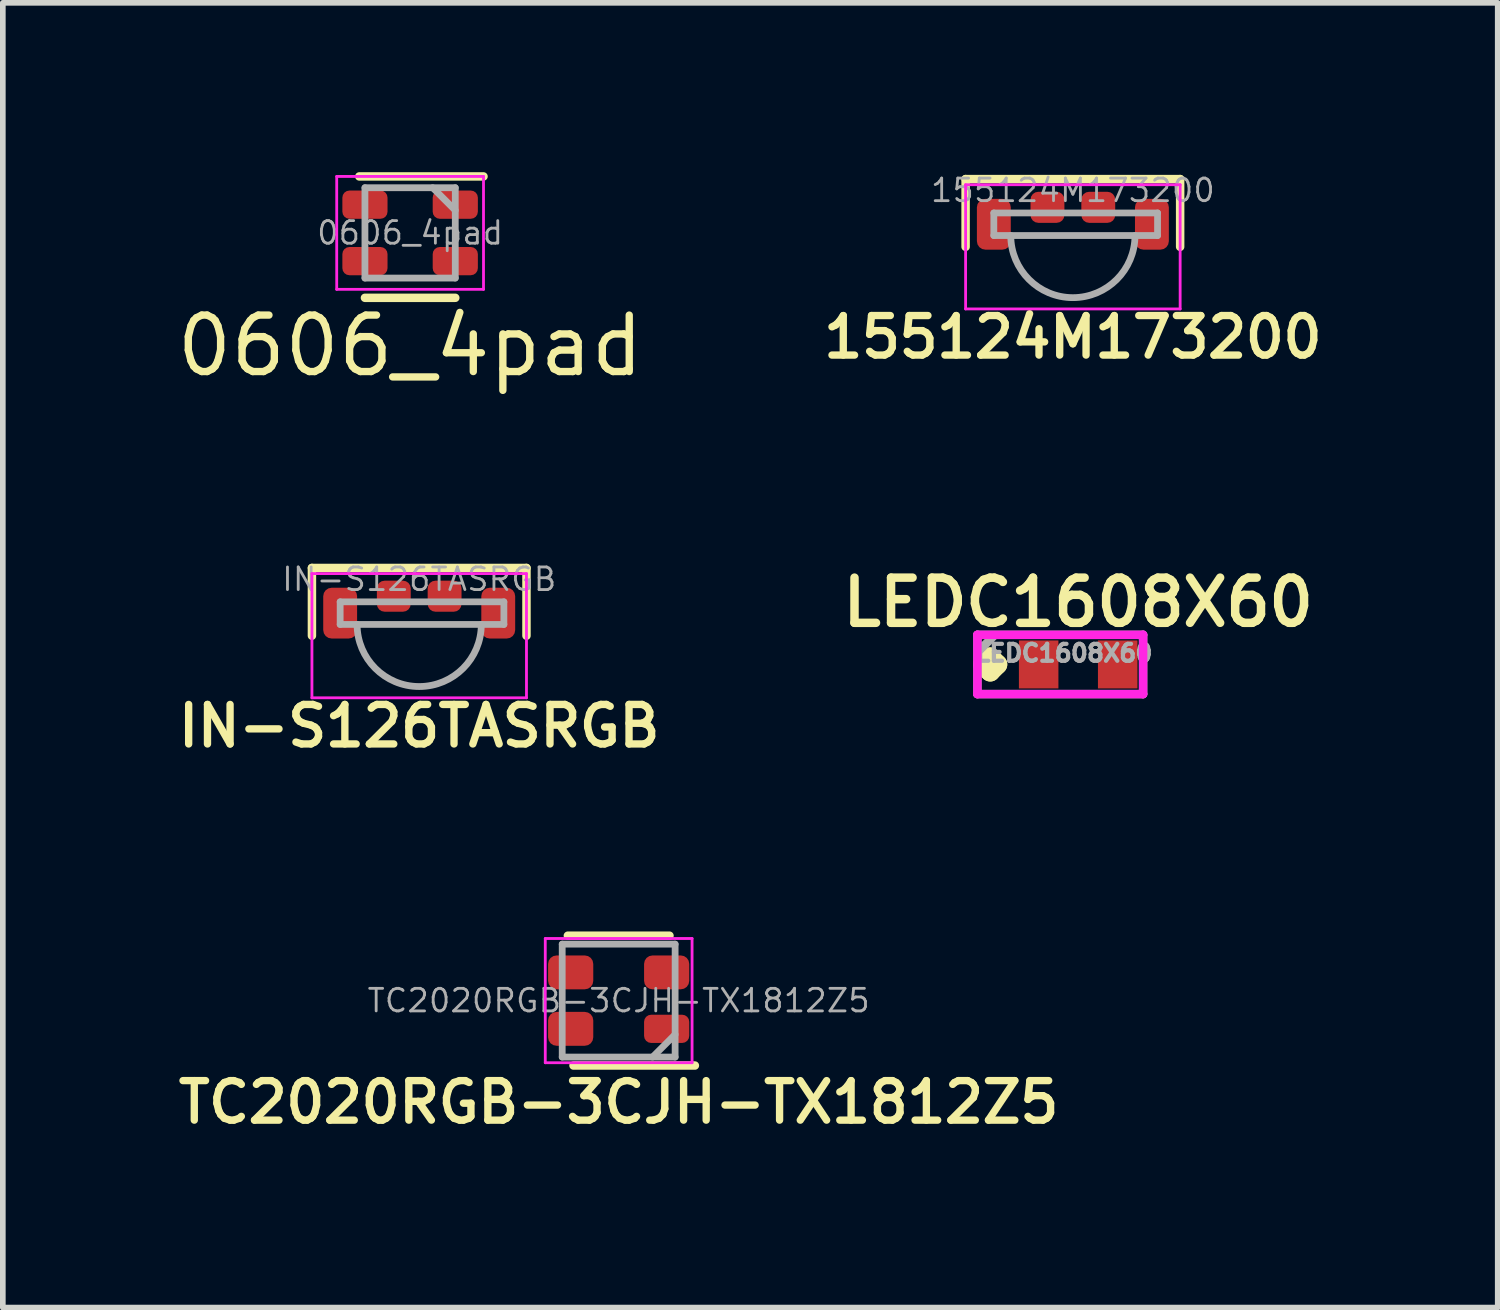
<source format=kicad_pcb>
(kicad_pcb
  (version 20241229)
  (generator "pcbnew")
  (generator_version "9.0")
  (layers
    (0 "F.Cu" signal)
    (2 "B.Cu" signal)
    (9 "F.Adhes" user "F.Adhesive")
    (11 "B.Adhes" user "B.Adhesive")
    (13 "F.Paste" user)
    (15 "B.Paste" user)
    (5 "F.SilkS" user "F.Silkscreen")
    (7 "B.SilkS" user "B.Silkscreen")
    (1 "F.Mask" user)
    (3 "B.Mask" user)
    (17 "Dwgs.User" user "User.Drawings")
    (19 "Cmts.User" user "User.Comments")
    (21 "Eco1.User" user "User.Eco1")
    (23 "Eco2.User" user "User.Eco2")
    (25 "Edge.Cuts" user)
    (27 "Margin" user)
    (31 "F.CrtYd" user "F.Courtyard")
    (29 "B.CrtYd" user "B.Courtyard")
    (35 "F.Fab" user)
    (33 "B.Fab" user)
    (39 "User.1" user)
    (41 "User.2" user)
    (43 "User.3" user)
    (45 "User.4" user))
  (footprint "IN-S126TASRGB"
    (layer "F.Cu")
    (at 4.375 7.81)
    (property "Reference" "IN-S126TASRGB" (at 0 2 0) (layer "F.SilkS") (effects (font (size 0.7 0.7) (thickness 0.13))))
    (property "Value" "${VALUE}" (at 0 1.7 0) (layer "F.Fab") (hide yes) (effects (font (size 0.3 0.3) (thickness 0.05))))
    (attr smd)
    (fp_line (start -1.9 -0.8) (end 1.9 -0.8) (stroke (width 0.15) (type solid)) (layer "F.SilkS"))
    (fp_line (start -1.9 0.4) (end -1.9 -0.8) (stroke (width 0.15) (type solid)) (layer "F.SilkS"))
    (fp_line (start 1.9 -0.8) (end 1.9 0.4) (stroke (width 0.15) (type solid)) (layer "F.SilkS"))
    (fp_line (start -1.9 -0.7) (end 1.9 -0.7) (stroke (width 0.05) (type solid)) (layer "F.CrtYd"))
    (fp_line (start -1.9 1.5) (end -1.9 -0.7) (stroke (width 0.05) (type solid)) (layer "F.CrtYd"))
    (fp_line (start 1.9 -0.7) (end 1.9 1.5) (stroke (width 0.05) (type solid)) (layer "F.CrtYd"))
    (fp_line (start 1.9 1.5) (end -1.9 1.5) (stroke (width 0.05) (type solid)) (layer "F.CrtYd"))
    (fp_line (start -1.4 -0.2) (end -1.4 0.2) (stroke (width 0.12) (type solid)) (layer "F.Fab"))
    (fp_line (start -1.4 0.2) (end 1.5 0.2) (stroke (width 0.12) (type solid)) (layer "F.Fab"))
    (fp_line (start 1.5 -0.2) (end -1.4 -0.2) (stroke (width 0.12) (type solid)) (layer "F.Fab"))
    (fp_line (start 1.5 0.2) (end 1.5 -0.2) (stroke (width 0.12) (type solid)) (layer "F.Fab"))
    (fp_arc (start 1.1 0.2) (mid 0 1.3) (end -1.1 0.2) (stroke (width 0.12) (type solid)) (layer "F.Fab"))
    (fp_text user "${REFERENCE}" (at 0 -0.6 0) (layer "F.Fab") (effects (font (size 0.4 0.4) (thickness 0.05))))
    (pad "1" smd roundrect (at -1.4 0) (size 0.6 0.9) (layers "F.Cu" "F.Mask" "F.Paste") (roundrect_rratio 0.25))
    (pad "2" smd roundrect (at -0.45 -0.3) (size 0.6 0.55) (layers "F.Cu" "F.Mask" "F.Paste") (roundrect_rratio 0.25))
    (pad "3" smd roundrect (at 0.45 -0.3) (size 0.6 0.55) (layers "F.Cu" "F.Mask" "F.Paste") (roundrect_rratio 0.25))
    (pad "4" smd roundrect (at 1.4 0) (size 0.6 0.9) (layers "F.Cu" "F.Mask" "F.Paste") (roundrect_rratio 0.25)))
  (footprint "LEDC1608X60"
    (layer "F.Cu")
    (at 16.047 8.719)
    (property "Reference" "LEDC1608X60" (at 0 -1.1 0) (layer "F.SilkS") (effects (font (size 0.8 0.8) (thickness 0.15))))
    (attr smd)
    (fp_line (start -1.685 0) (end -1.558 -0.127) (stroke (width 0.35) (type solid)) (layer "F.SilkS"))
    (fp_line (start -1.558 -0.127) (end -1.431 0) (stroke (width 0.35) (type solid)) (layer "F.SilkS"))
    (fp_line (start -1.558 0.127) (end -1.685 0) (stroke (width 0.35) (type solid)) (layer "F.SilkS"))
    (fp_line (start -1.431 0) (end -1.558 0.127) (stroke (width 0.35) (type solid)) (layer "F.SilkS"))
    (fp_line (start -1.785 -0.525) (end 1.15 -0.525) (stroke (width 0.15) (type solid)) (layer "F.CrtYd"))
    (fp_line (start -1.785 0.525) (end -1.785 -0.525) (stroke (width 0.15) (type solid)) (layer "F.CrtYd"))
    (fp_line (start 1.15 -0.525) (end 1.15 0.525) (stroke (width 0.15) (type solid)) (layer "F.CrtYd"))
    (fp_line (start 1.15 0.525) (end -1.785 0.525) (stroke (width 0.15) (type solid)) (layer "F.CrtYd"))
    (fp_line (start -1.785 -0.525) (end 1.15 -0.525) (stroke (width 0.15) (type solid)) (layer "F.Fab"))
    (fp_line (start -1.785 0.525) (end -1.785 -0.525) (stroke (width 0.15) (type solid)) (layer "F.Fab"))
    (fp_line (start -1.75 -0.25) (end -1.5 -0.5) (stroke (width 0.15) (type solid)) (layer "F.Fab"))
    (fp_line (start 1.15 -0.525) (end 1.15 0.525) (stroke (width 0.15) (type solid)) (layer "F.Fab"))
    (fp_line (start 1.15 0.525) (end -1.785 0.525) (stroke (width 0.15) (type solid)) (layer "F.Fab"))
    (fp_text user "${REFERENCE}" (at -0.25 -0.2 0) (layer "F.Fab") (effects (font (size 0.3 0.3) (thickness 0.075))))
    (pad "1" smd rect (at -0.7 0) (size 0.7 0.85) (layers "F.Cu" "F.Mask" "F.Paste"))
    (pad "2" smd rect (at 0.7 0) (size 0.7 0.85) (layers "F.Cu" "F.Mask" "F.Paste")))
  (footprint "155124M173200"
    (layer "F.Cu")
    (at 15.953 0.922)
    (property "Reference" "155124M173200" (at 0 2 0) (layer "F.SilkS") (effects (font (size 0.7 0.7) (thickness 0.13))))
    (property "Value" "${VALUE}" (at 0 1.7 0) (layer "F.Fab") (hide yes) (effects (font (size 0.3 0.3) (thickness 0.05))))
    (attr through_hole)
    (fp_line (start -1.9 -0.8) (end 1.9 -0.8) (stroke (width 0.15) (type solid)) (layer "F.SilkS"))
    (fp_line (start -1.9 0.4) (end -1.9 -0.8) (stroke (width 0.15) (type solid)) (layer "F.SilkS"))
    (fp_line (start 1.9 -0.8) (end 1.9 0.4) (stroke (width 0.15) (type solid)) (layer "F.SilkS"))
    (fp_line (start -1.9 -0.7) (end 1.9 -0.7) (stroke (width 0.05) (type solid)) (layer "F.CrtYd"))
    (fp_line (start -1.9 1.5) (end -1.9 -0.7) (stroke (width 0.05) (type solid)) (layer "F.CrtYd"))
    (fp_line (start 1.9 -0.7) (end 1.9 1.5) (stroke (width 0.05) (type solid)) (layer "F.CrtYd"))
    (fp_line (start 1.9 1.5) (end -1.9 1.5) (stroke (width 0.05) (type solid)) (layer "F.CrtYd"))
    (fp_line (start -1.4 -0.2) (end -1.4 0.2) (stroke (width 0.12) (type solid)) (layer "F.Fab"))
    (fp_line (start -1.4 0.2) (end 1.5 0.2) (stroke (width 0.12) (type solid)) (layer "F.Fab"))
    (fp_line (start 1.5 -0.2) (end -1.4 -0.2) (stroke (width 0.12) (type solid)) (layer "F.Fab"))
    (fp_line (start 1.5 0.2) (end 1.5 -0.2) (stroke (width 0.12) (type solid)) (layer "F.Fab"))
    (fp_arc (start 1.1 0.2) (mid 0 1.3) (end -1.1 0.2) (stroke (width 0.12) (type solid)) (layer "F.Fab"))
    (fp_text user "${REFERENCE}" (at 0 -0.6 0) (layer "F.Fab") (effects (font (size 0.4 0.4) (thickness 0.05))))
    (pad "1" smd roundrect (at -1.4 0) (size 0.6 0.9) (layers "F.Cu" "F.Mask" "F.Paste") (roundrect_rratio 0.25))
    (pad "2" smd roundrect (at -0.45 -0.3) (size 0.6 0.55) (layers "F.Cu" "F.Mask" "F.Paste") (roundrect_rratio 0.25))
    (pad "3" smd roundrect (at 0.45 -0.3) (size 0.6 0.55) (layers "F.Cu" "F.Mask" "F.Paste") (roundrect_rratio 0.25))
    (pad "4" smd roundrect (at 1.4 0) (size 0.6 0.9) (layers "F.Cu" "F.Mask" "F.Paste") (roundrect_rratio 0.25)))
  (footprint "TC2020RGB-3CJH-TX1812Z5"
    (layer "F.Cu")
    (at 7.908 14.673)
    (property "Reference" "TC2020RGB-3CJH-TX1812Z5" (at 0 1.8 0) (layer "F.SilkS") (effects (font (size 0.7 0.7) (thickness 0.13))))
    (property "Value" "${VALUE}" (at 0 1.4 0) (layer "F.Fab") (hide yes) (effects (font (size 0.3 0.3) (thickness 0.05))))
    (attr smd)
    (fp_line (start -0.9 -1.15) (end 0.9 -1.15) (stroke (width 0.15) (type solid)) (layer "F.SilkS"))
    (fp_line (start -0.8 1.15) (end 1.35 1.15) (stroke (width 0.15) (type solid)) (layer "F.SilkS"))
    (fp_line (start -1.3 -1.1) (end 1.3 -1.1) (stroke (width 0.05) (type solid)) (layer "F.CrtYd"))
    (fp_line (start -1.3 1.1) (end -1.3 -1.1) (stroke (width 0.05) (type solid)) (layer "F.CrtYd"))
    (fp_line (start 1.3 -1.1) (end 1.3 1.1) (stroke (width 0.05) (type solid)) (layer "F.CrtYd"))
    (fp_line (start 1.3 1.1) (end -1.3 1.1) (stroke (width 0.05) (type solid)) (layer "F.CrtYd"))
    (fp_line (start -1 -1) (end 1 -1) (stroke (width 0.12) (type solid)) (layer "F.Fab"))
    (fp_line (start -1 1) (end -1 -1) (stroke (width 0.12) (type solid)) (layer "F.Fab"))
    (fp_line (start 0.6 1) (end 1 0.6) (stroke (width 0.12) (type solid)) (layer "F.Fab"))
    (fp_line (start 1 -1) (end 1 1) (stroke (width 0.12) (type solid)) (layer "F.Fab"))
    (fp_line (start 1 1) (end -1 1) (stroke (width 0.12) (type solid)) (layer "F.Fab"))
    (fp_text user "${REFERENCE}" (at 0 0 0) (layer "F.Fab") (effects (font (size 0.4 0.4) (thickness 0.05))))
    (pad "1" smd roundrect (at 0.85 0.5) (size 0.8 0.5) (layers "F.Cu" "F.Mask" "F.Paste") (roundrect_rratio 0.25))
    (pad "2" smd roundrect (at 0.85 -0.5) (size 0.8 0.6) (layers "F.Cu" "F.Mask" "F.Paste") (roundrect_rratio 0.25))
    (pad "3" smd roundrect (at -0.85 -0.5) (size 0.8 0.6) (layers "F.Cu" "F.Mask" "F.Paste") (roundrect_rratio 0.25))
    (pad "4" smd roundrect (at -0.85 0.5) (size 0.8 0.6) (layers "F.Cu" "F.Mask" "F.Paste") (roundrect_rratio 0.25)))
  (footprint "0606_4pad"
    (layer "F.Cu")
    (at 4.214 1.075)
    (property "Reference" "0606_4pad" (at 0 2 0) (layer "F.SilkS") (effects (font (size 1 1) (thickness 0.13))))
    (property "Value" "${VALUE}" (at 0 1.1 0) (layer "F.Fab") (hide yes) (effects (font (size 0.3 0.3) (thickness 0.05))))
    (attr through_hole)
    (fp_line (start -0.9 -1) (end 1.3 -1) (stroke (width 0.15) (type solid)) (layer "F.SilkS"))
    (fp_line (start -0.8 1.15) (end 0.8 1.15) (stroke (width 0.15) (type solid)) (layer "F.SilkS"))
    (fp_line (start -1.3 -1) (end 1.3 -1) (stroke (width 0.05) (type solid)) (layer "F.CrtYd"))
    (fp_line (start -1.3 1) (end -1.3 -1) (stroke (width 0.05) (type solid)) (layer "F.CrtYd"))
    (fp_line (start 1.3 -1) (end 1.3 1) (stroke (width 0.05) (type solid)) (layer "F.CrtYd"))
    (fp_line (start 1.3 1) (end -1.3 1) (stroke (width 0.05) (type solid)) (layer "F.CrtYd"))
    (fp_line (start -0.8 -0.8) (end 0.8 -0.8) (stroke (width 0.12) (type solid)) (layer "F.Fab"))
    (fp_line (start -0.8 0.8) (end -0.8 -0.8) (stroke (width 0.12) (type solid)) (layer "F.Fab"))
    (fp_line (start 0.4 -0.8) (end 0.8 -0.4) (stroke (width 0.12) (type solid)) (layer "F.Fab"))
    (fp_line (start 0.8 -0.8) (end 0.8 0.8) (stroke (width 0.12) (type solid)) (layer "F.Fab"))
    (fp_line (start 0.8 0.8) (end -0.8 0.8) (stroke (width 0.12) (type solid)) (layer "F.Fab"))
    (fp_text user "${REFERENCE}" (at 0 0 0) (layer "F.Fab") (effects (font (size 0.4 0.4) (thickness 0.05))))
    (pad "1" smd roundrect (at 0.8 -0.5) (size 0.8 0.5) (layers "F.Cu" "F.Mask" "F.Paste") (roundrect_rratio 0.25))
    (pad "2" smd roundrect (at -0.8 -0.5) (size 0.8 0.5) (layers "F.Cu" "F.Mask" "F.Paste") (roundrect_rratio 0.25))
    (pad "3" smd roundrect (at 0.8 0.5) (size 0.8 0.5) (layers "F.Cu" "F.Mask" "F.Paste") (roundrect_rratio 0.25))
    (pad "4" smd roundrect (at -0.8 0.5) (size 0.8 0.5) (layers "F.Cu" "F.Mask" "F.Paste") (roundrect_rratio 0.25)))
  (gr_rect
    (start -3 -3)
    (end 23.478 20.11)
    (stroke (width 0.1) (type default))
    (fill no)
    (layer "Edge.Cuts")))
</source>
